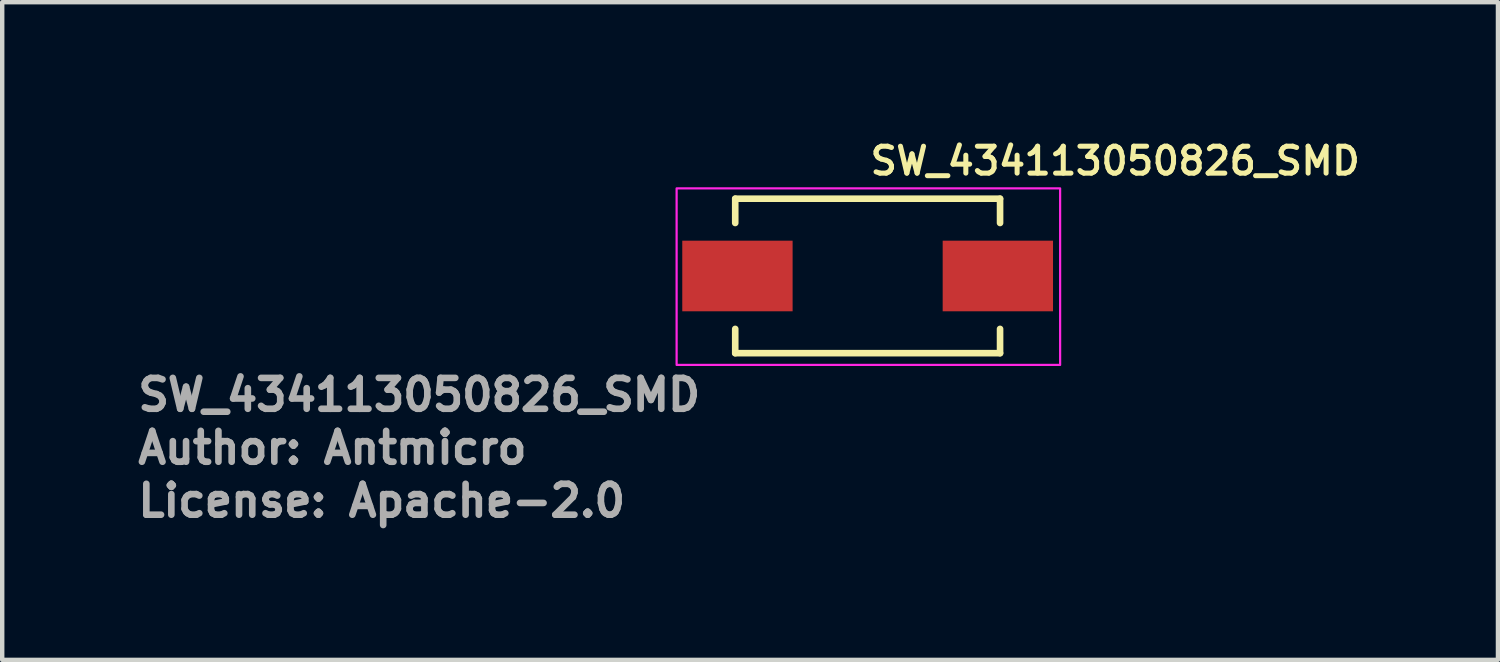
<source format=kicad_pcb>
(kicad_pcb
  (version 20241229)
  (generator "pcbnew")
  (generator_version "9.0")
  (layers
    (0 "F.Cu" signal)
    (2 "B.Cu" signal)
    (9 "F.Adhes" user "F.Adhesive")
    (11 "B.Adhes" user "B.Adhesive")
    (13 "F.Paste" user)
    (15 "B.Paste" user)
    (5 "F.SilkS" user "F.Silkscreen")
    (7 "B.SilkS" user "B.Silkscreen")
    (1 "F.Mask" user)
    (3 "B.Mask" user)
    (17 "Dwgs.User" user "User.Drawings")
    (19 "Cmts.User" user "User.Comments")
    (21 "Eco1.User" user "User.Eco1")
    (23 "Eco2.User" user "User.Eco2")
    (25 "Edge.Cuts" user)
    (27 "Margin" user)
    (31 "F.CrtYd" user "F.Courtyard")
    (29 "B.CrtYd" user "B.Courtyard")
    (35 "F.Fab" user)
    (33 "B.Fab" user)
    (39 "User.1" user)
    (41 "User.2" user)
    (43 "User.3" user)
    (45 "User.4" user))
  (footprint "SW_434113050826_SMD"
    (layer "F.Cu")
    (at 16.608 3.203)
    (property "Reference" "SW_434113050826_SMD" (at 0 -2.25 0) (unlocked yes) (layer "F.SilkS") (effects (font (size 0.61 0.61) (thickness 0.114)) (justify left bottom)))
    (attr smd)
    (fp_line (start -3 -1.751) (end -3 -1.201) (stroke (width 0.15) (type solid)) (layer "F.SilkS"))
    (fp_line (start -3 -1.751) (end 3 -1.751) (stroke (width 0.15) (type solid)) (layer "F.SilkS"))
    (fp_line (start -3 1.199) (end -3 1.749) (stroke (width 0.15) (type solid)) (layer "F.SilkS"))
    (fp_line (start -3 1.749) (end 3 1.749) (stroke (width 0.15) (type solid)) (layer "F.SilkS"))
    (fp_line (start 3 -1.751) (end 3 -1.201) (stroke (width 0.15) (type solid)) (layer "F.SilkS"))
    (fp_line (start 3 1.199) (end 3 1.749) (stroke (width 0.15) (type solid)) (layer "F.SilkS"))
    (fp_rect (start -4.328 -1.985) (end 4.361 2.015) (stroke (width 0.05) (type solid)) (fill no) (layer "F.CrtYd"))
    (fp_rect (start -3.062 -1.735) (end 2.968 1.765) (stroke (width 0.1) (type solid)) (fill no) (layer "User.5"))
    (fp_line (start -3.57 -0.485) (end -3.57 0.515) (stroke (width 0.02) (type solid)) (layer "User.9"))
    (fp_line (start -3.57 -0.485) (end -3.44 -0.485) (stroke (width 0.02) (type solid)) (layer "User.9"))
    (fp_line (start -3.57 0.515) (end -3.44 0.515) (stroke (width 0.02) (type solid)) (layer "User.9"))
    (fp_line (start -3.44 -0.485) (end -3.44 0.515) (stroke (width 0.02) (type solid)) (layer "User.9"))
    (fp_line (start -3.44 -0.485) (end -3.137 -0.485) (stroke (width 0.02) (type solid)) (layer "User.9"))
    (fp_line (start -3.44 0.515) (end -3.137 0.515) (stroke (width 0.02) (type solid)) (layer "User.9"))
    (fp_line (start -3.137 -0.485) (end -2.92 -0.485) (stroke (width 0.02) (type solid)) (layer "User.9"))
    (fp_line (start -3.137 0.515) (end -2.92 0.515) (stroke (width 0.02) (type solid)) (layer "User.9"))
    (fp_line (start -2.92 -1.235) (end -2.92 -0.785) (stroke (width 0.02) (type solid)) (layer "User.9"))
    (fp_line (start -2.92 -0.785) (end -2.92 -0.685) (stroke (width 0.02) (type solid)) (layer "User.9"))
    (fp_line (start -2.92 -0.785) (end -2.879 -0.784) (stroke (width 0.02) (type solid)) (layer "User.9"))
    (fp_line (start -2.92 0.715) (end -2.92 -0.685) (stroke (width 0.02) (type solid)) (layer "User.9"))
    (fp_line (start -2.92 0.715) (end -2.92 0.815) (stroke (width 0.02) (type solid)) (layer "User.9"))
    (fp_line (start -2.92 0.815) (end -2.92 1.265) (stroke (width 0.02) (type solid)) (layer "User.9"))
    (fp_line (start -2.92 0.815) (end -2.92 1.265) (stroke (width 0.02) (type solid)) (layer "User.9"))
    (fp_line (start -2.92 1.265) (end -2.919 1.29) (stroke (width 0.02) (type solid)) (layer "User.9"))
    (fp_line (start -2.919 -1.26) (end -2.92 -1.235) (stroke (width 0.02) (type solid)) (layer "User.9"))
    (fp_line (start -2.919 1.29) (end -2.918 1.314) (stroke (width 0.02) (type solid)) (layer "User.9"))
    (fp_line (start -2.918 -1.284) (end -2.919 -1.26) (stroke (width 0.02) (type solid)) (layer "User.9"))
    (fp_line (start -2.918 1.314) (end -2.915 1.339) (stroke (width 0.02) (type solid)) (layer "User.9"))
    (fp_line (start -2.915 -1.309) (end -2.918 -1.284) (stroke (width 0.02) (type solid)) (layer "User.9"))
    (fp_line (start -2.915 1.339) (end -2.91 1.363) (stroke (width 0.02) (type solid)) (layer "User.9"))
    (fp_line (start -2.91 -1.333) (end -2.915 -1.309) (stroke (width 0.02) (type solid)) (layer "User.9"))
    (fp_line (start -2.91 1.363) (end -2.905 1.387) (stroke (width 0.02) (type solid)) (layer "User.9"))
    (fp_line (start -2.905 -1.357) (end -2.91 -1.333) (stroke (width 0.02) (type solid)) (layer "User.9"))
    (fp_line (start -2.905 1.387) (end -2.898 1.41) (stroke (width 0.02) (type solid)) (layer "User.9"))
    (fp_line (start -2.898 -1.38) (end -2.905 -1.357) (stroke (width 0.02) (type solid)) (layer "User.9"))
    (fp_line (start -2.898 1.41) (end -2.891 1.434) (stroke (width 0.02) (type solid)) (layer "User.9"))
    (fp_line (start -2.891 -1.404) (end -2.898 -1.38) (stroke (width 0.02) (type solid)) (layer "User.9"))
    (fp_line (start -2.891 1.434) (end -2.882 1.456) (stroke (width 0.02) (type solid)) (layer "User.9"))
    (fp_line (start -2.882 -1.426) (end -2.891 -1.404) (stroke (width 0.02) (type solid)) (layer "User.9"))
    (fp_line (start -2.882 1.456) (end -2.872 1.479) (stroke (width 0.02) (type solid)) (layer "User.9"))
    (fp_line (start -2.879 -0.784) (end -2.838 -0.781) (stroke (width 0.02) (type solid)) (layer "User.9"))
    (fp_line (start -2.879 0.814) (end -2.92 0.815) (stroke (width 0.02) (type solid)) (layer "User.9"))
    (fp_line (start -2.872 -1.449) (end -2.882 -1.426) (stroke (width 0.02) (type solid)) (layer "User.9"))
    (fp_line (start -2.872 1.479) (end -2.861 1.5) (stroke (width 0.02) (type solid)) (layer "User.9"))
    (fp_line (start -2.861 -1.47) (end -2.872 -1.449) (stroke (width 0.02) (type solid)) (layer "User.9"))
    (fp_line (start -2.861 1.5) (end -2.849 1.522) (stroke (width 0.02) (type solid)) (layer "User.9"))
    (fp_line (start -2.849 -1.492) (end -2.861 -1.47) (stroke (width 0.02) (type solid)) (layer "User.9"))
    (fp_line (start -2.849 1.522) (end -2.836 1.542) (stroke (width 0.02) (type solid)) (layer "User.9"))
    (fp_line (start -2.838 -0.781) (end -2.798 -0.776) (stroke (width 0.02) (type solid)) (layer "User.9"))
    (fp_line (start -2.838 0.811) (end -2.879 0.814) (stroke (width 0.02) (type solid)) (layer "User.9"))
    (fp_line (start -2.836 -1.512) (end -2.849 -1.492) (stroke (width 0.02) (type solid)) (layer "User.9"))
    (fp_line (start -2.836 1.542) (end -2.822 1.562) (stroke (width 0.02) (type solid)) (layer "User.9"))
    (fp_line (start -2.822 -1.532) (end -2.836 -1.512) (stroke (width 0.02) (type solid)) (layer "User.9"))
    (fp_line (start -2.822 1.562) (end -2.807 1.582) (stroke (width 0.02) (type solid)) (layer "User.9"))
    (fp_line (start -2.807 -1.552) (end -2.822 -1.532) (stroke (width 0.02) (type solid)) (layer "User.9"))
    (fp_line (start -2.807 1.582) (end -2.791 1.601) (stroke (width 0.02) (type solid)) (layer "User.9"))
    (fp_line (start -2.798 -0.776) (end -2.759 -0.769) (stroke (width 0.02) (type solid)) (layer "User.9"))
    (fp_line (start -2.798 0.806) (end -2.838 0.811) (stroke (width 0.02) (type solid)) (layer "User.9"))
    (fp_line (start -2.791 -1.571) (end -2.807 -1.552) (stroke (width 0.02) (type solid)) (layer "User.9"))
    (fp_line (start -2.791 1.601) (end -2.774 1.619) (stroke (width 0.02) (type solid)) (layer "User.9"))
    (fp_line (start -2.774 -1.589) (end -2.791 -1.571) (stroke (width 0.02) (type solid)) (layer "User.9"))
    (fp_line (start -2.774 -1.589) (end -2.774 -1.589) (stroke (width 0.02) (type solid)) (layer "User.9"))
    (fp_line (start -2.774 1.619) (end -2.774 1.619) (stroke (width 0.02) (type solid)) (layer "User.9"))
    (fp_line (start -2.774 1.619) (end -2.756 1.636) (stroke (width 0.02) (type solid)) (layer "User.9"))
    (fp_line (start -2.759 -0.769) (end -2.72 -0.76) (stroke (width 0.02) (type solid)) (layer "User.9"))
    (fp_line (start -2.759 0.799) (end -2.798 0.806) (stroke (width 0.02) (type solid)) (layer "User.9"))
    (fp_line (start -2.756 -1.606) (end -2.774 -1.589) (stroke (width 0.02) (type solid)) (layer "User.9"))
    (fp_line (start -2.756 1.636) (end -2.737 1.652) (stroke (width 0.02) (type solid)) (layer "User.9"))
    (fp_line (start -2.737 -1.622) (end -2.756 -1.606) (stroke (width 0.02) (type solid)) (layer "User.9"))
    (fp_line (start -2.737 1.652) (end -2.717 1.667) (stroke (width 0.02) (type solid)) (layer "User.9"))
    (fp_line (start -2.72 -0.76) (end -2.682 -0.749) (stroke (width 0.02) (type solid)) (layer "User.9"))
    (fp_line (start -2.72 0.79) (end -2.759 0.799) (stroke (width 0.02) (type solid)) (layer "User.9"))
    (fp_line (start -2.717 -1.637) (end -2.737 -1.622) (stroke (width 0.02) (type solid)) (layer "User.9"))
    (fp_line (start -2.717 1.667) (end -2.697 1.681) (stroke (width 0.02) (type solid)) (layer "User.9"))
    (fp_line (start -2.697 -1.651) (end -2.717 -1.637) (stroke (width 0.02) (type solid)) (layer "User.9"))
    (fp_line (start -2.697 1.681) (end -2.677 1.694) (stroke (width 0.02) (type solid)) (layer "User.9"))
    (fp_line (start -2.682 -0.749) (end -2.645 -0.736) (stroke (width 0.02) (type solid)) (layer "User.9"))
    (fp_line (start -2.682 0.779) (end -2.72 0.79) (stroke (width 0.02) (type solid)) (layer "User.9"))
    (fp_line (start -2.677 -1.664) (end -2.697 -1.651) (stroke (width 0.02) (type solid)) (layer "User.9"))
    (fp_line (start -2.677 1.694) (end -2.655 1.706) (stroke (width 0.02) (type solid)) (layer "User.9"))
    (fp_line (start -2.655 -1.676) (end -2.677 -1.664) (stroke (width 0.02) (type solid)) (layer "User.9"))
    (fp_line (start -2.655 1.706) (end -2.634 1.717) (stroke (width 0.02) (type solid)) (layer "User.9"))
    (fp_line (start -2.645 -0.736) (end -2.609 -0.722) (stroke (width 0.02) (type solid)) (layer "User.9"))
    (fp_line (start -2.645 0.766) (end -2.682 0.779) (stroke (width 0.02) (type solid)) (layer "User.9"))
    (fp_line (start -2.634 -1.687) (end -2.655 -1.676) (stroke (width 0.02) (type solid)) (layer "User.9"))
    (fp_line (start -2.634 1.717) (end -2.611 1.727) (stroke (width 0.02) (type solid)) (layer "User.9"))
    (fp_line (start -2.611 -1.697) (end -2.634 -1.687) (stroke (width 0.02) (type solid)) (layer "User.9"))
    (fp_line (start -2.611 1.727) (end -2.589 1.736) (stroke (width 0.02) (type solid)) (layer "User.9"))
    (fp_line (start -2.609 -0.722) (end -2.573 -0.706) (stroke (width 0.02) (type solid)) (layer "User.9"))
    (fp_line (start -2.609 0.752) (end -2.645 0.766) (stroke (width 0.02) (type solid)) (layer "User.9"))
    (fp_line (start -2.589 -1.706) (end -2.611 -1.697) (stroke (width 0.02) (type solid)) (layer "User.9"))
    (fp_line (start -2.589 1.736) (end -2.565 1.743) (stroke (width 0.02) (type solid)) (layer "User.9"))
    (fp_line (start -2.573 -0.706) (end -2.539 -0.688) (stroke (width 0.02) (type solid)) (layer "User.9"))
    (fp_line (start -2.573 0.736) (end -2.609 0.752) (stroke (width 0.02) (type solid)) (layer "User.9"))
    (fp_line (start -2.565 -1.713) (end -2.589 -1.706) (stroke (width 0.02) (type solid)) (layer "User.9"))
    (fp_line (start -2.565 1.743) (end -2.542 1.75) (stroke (width 0.02) (type solid)) (layer "User.9"))
    (fp_line (start -2.542 -1.72) (end -2.565 -1.713) (stroke (width 0.02) (type solid)) (layer "User.9"))
    (fp_line (start -2.542 1.75) (end -2.518 1.755) (stroke (width 0.02) (type solid)) (layer "User.9"))
    (fp_line (start -2.539 -0.688) (end -2.505 -0.669) (stroke (width 0.02) (type solid)) (layer "User.9"))
    (fp_line (start -2.539 0.718) (end -2.573 0.736) (stroke (width 0.02) (type solid)) (layer "User.9"))
    (fp_line (start -2.518 -1.725) (end -2.542 -1.72) (stroke (width 0.02) (type solid)) (layer "User.9"))
    (fp_line (start -2.518 1.755) (end -2.494 1.76) (stroke (width 0.02) (type solid)) (layer "User.9"))
    (fp_line (start -2.505 -0.669) (end -2.473 -0.648) (stroke (width 0.02) (type solid)) (layer "User.9"))
    (fp_line (start -2.505 0.699) (end -2.539 0.718) (stroke (width 0.02) (type solid)) (layer "User.9"))
    (fp_line (start -2.494 -1.73) (end -2.518 -1.725) (stroke (width 0.02) (type solid)) (layer "User.9"))
    (fp_line (start -2.494 1.76) (end -2.469 1.763) (stroke (width 0.02) (type solid)) (layer "User.9"))
    (fp_line (start -2.473 -0.648) (end -2.441 -0.626) (stroke (width 0.02) (type solid)) (layer "User.9"))
    (fp_line (start -2.473 0.678) (end -2.505 0.699) (stroke (width 0.02) (type solid)) (layer "User.9"))
    (fp_line (start -2.469 -1.733) (end -2.494 -1.73) (stroke (width 0.02) (type solid)) (layer "User.9"))
    (fp_line (start -2.469 1.763) (end -2.445 1.764) (stroke (width 0.02) (type solid)) (layer "User.9"))
    (fp_line (start -2.445 -1.734) (end -2.469 -1.733) (stroke (width 0.02) (type solid)) (layer "User.9"))
    (fp_line (start -2.445 1.764) (end -2.42 1.765) (stroke (width 0.02) (type solid)) (layer "User.9"))
    (fp_line (start -2.442 0.656) (end -2.473 0.678) (stroke (width 0.02) (type solid)) (layer "User.9"))
    (fp_line (start -2.441 -0.626) (end -2.411 -0.602) (stroke (width 0.02) (type solid)) (layer "User.9"))
    (fp_line (start -2.42 -1.735) (end -2.445 -1.734) (stroke (width 0.02) (type solid)) (layer "User.9"))
    (fp_line (start -2.42 1.765) (end 2.58 1.765) (stroke (width 0.02) (type solid)) (layer "User.9"))
    (fp_line (start -2.42 1.765) (end 2.58 1.765) (stroke (width 0.02) (type solid)) (layer "User.9"))
    (fp_line (start -2.411 -0.602) (end -2.382 -0.577) (stroke (width 0.02) (type solid)) (layer "User.9"))
    (fp_line (start -2.411 0.632) (end -2.442 0.656) (stroke (width 0.02) (type solid)) (layer "User.9"))
    (fp_line (start -2.382 -0.577) (end -2.355 -0.551) (stroke (width 0.02) (type solid)) (layer "User.9"))
    (fp_line (start -2.382 0.607) (end -2.411 0.632) (stroke (width 0.02) (type solid)) (layer "User.9"))
    (fp_line (start -2.355 -0.551) (end -2.328 -0.523) (stroke (width 0.02) (type solid)) (layer "User.9"))
    (fp_line (start -2.355 0.581) (end -2.382 0.607) (stroke (width 0.02) (type solid)) (layer "User.9"))
    (fp_line (start -2.328 -0.523) (end -2.303 -0.494) (stroke (width 0.02) (type solid)) (layer "User.9"))
    (fp_line (start -2.328 0.553) (end -2.355 0.581) (stroke (width 0.02) (type solid)) (layer "User.9"))
    (fp_line (start -2.303 -0.494) (end -2.279 -0.464) (stroke (width 0.02) (type solid)) (layer "User.9"))
    (fp_line (start -2.303 0.524) (end -2.328 0.553) (stroke (width 0.02) (type solid)) (layer "User.9"))
    (fp_line (start -2.279 -0.464) (end -2.257 -0.432) (stroke (width 0.02) (type solid)) (layer "User.9"))
    (fp_line (start -2.279 0.494) (end -2.303 0.524) (stroke (width 0.02) (type solid)) (layer "User.9"))
    (fp_line (start -2.257 -0.432) (end -2.236 -0.4) (stroke (width 0.02) (type solid)) (layer "User.9"))
    (fp_line (start -2.257 0.462) (end -2.279 0.494) (stroke (width 0.02) (type solid)) (layer "User.9"))
    (fp_line (start -2.236 -0.4) (end -2.217 -0.366) (stroke (width 0.02) (type solid)) (layer "User.9"))
    (fp_line (start -2.236 0.43) (end -2.257 0.462) (stroke (width 0.02) (type solid)) (layer "User.9"))
    (fp_line (start -2.217 -0.366) (end -2.199 -0.332) (stroke (width 0.02) (type solid)) (layer "User.9"))
    (fp_line (start -2.217 0.396) (end -2.236 0.43) (stroke (width 0.02) (type solid)) (layer "User.9"))
    (fp_line (start -2.199 -0.332) (end -2.183 -0.296) (stroke (width 0.02) (type solid)) (layer "User.9"))
    (fp_line (start -2.199 0.362) (end -2.217 0.396) (stroke (width 0.02) (type solid)) (layer "User.9"))
    (fp_line (start -2.183 -0.296) (end -2.169 -0.26) (stroke (width 0.02) (type solid)) (layer "User.9"))
    (fp_line (start -2.183 0.326) (end -2.199 0.362) (stroke (width 0.02) (type solid)) (layer "User.9"))
    (fp_line (start -2.169 -0.26) (end -2.156 -0.223) (stroke (width 0.02) (type solid)) (layer "User.9"))
    (fp_line (start -2.169 0.29) (end -2.183 0.326) (stroke (width 0.02) (type solid)) (layer "User.9"))
    (fp_line (start -2.156 -0.223) (end -2.145 -0.185) (stroke (width 0.02) (type solid)) (layer "User.9"))
    (fp_line (start -2.156 0.253) (end -2.169 0.29) (stroke (width 0.02) (type solid)) (layer "User.9"))
    (fp_line (start -2.145 -0.185) (end -2.137 -0.146) (stroke (width 0.02) (type solid)) (layer "User.9"))
    (fp_line (start -2.145 0.215) (end -2.156 0.253) (stroke (width 0.02) (type solid)) (layer "User.9"))
    (fp_line (start -2.137 -0.146) (end -2.13 -0.107) (stroke (width 0.02) (type solid)) (layer "User.9"))
    (fp_line (start -2.137 0.176) (end -2.145 0.215) (stroke (width 0.02) (type solid)) (layer "User.9"))
    (fp_line (start -2.13 -0.107) (end -2.124 -0.067) (stroke (width 0.02) (type solid)) (layer "User.9"))
    (fp_line (start -2.13 0.137) (end -2.137 0.176) (stroke (width 0.02) (type solid)) (layer "User.9"))
    (fp_line (start -2.124 -0.067) (end -2.121 -0.026) (stroke (width 0.02) (type solid)) (layer "User.9"))
    (fp_line (start -2.124 0.097) (end -2.13 0.137) (stroke (width 0.02) (type solid)) (layer "User.9"))
    (fp_line (start -2.121 -0.026) (end -2.12 0.015) (stroke (width 0.02) (type solid)) (layer "User.9"))
    (fp_line (start -2.121 0.056) (end -2.124 0.097) (stroke (width 0.02) (type solid)) (layer "User.9"))
    (fp_line (start -2.12 0.015) (end -2.121 0.056) (stroke (width 0.02) (type solid)) (layer "User.9"))
    (fp_line (start -2.12 0.015) (end -2.12 0.015) (stroke (width 0.02) (type solid)) (layer "User.9"))
    (fp_line (start -1.52 -0.502) (end -1.52 -0.485) (stroke (width 0.02) (type solid)) (layer "User.9"))
    (fp_line (start -1.52 -0.485) (end -1.52 0.515) (stroke (width 0.02) (type solid)) (layer "User.9"))
    (fp_line (start -1.52 0.515) (end -1.52 0.532) (stroke (width 0.02) (type solid)) (layer "User.9"))
    (fp_line (start -1.52 0.532) (end -1.518 0.55) (stroke (width 0.02) (type solid)) (layer "User.9"))
    (fp_line (start -1.518 -0.52) (end -1.52 -0.502) (stroke (width 0.02) (type solid)) (layer "User.9"))
    (fp_line (start -1.518 0.55) (end -1.516 0.567) (stroke (width 0.02) (type solid)) (layer "User.9"))
    (fp_line (start -1.516 -0.537) (end -1.518 -0.52) (stroke (width 0.02) (type solid)) (layer "User.9"))
    (fp_line (start -1.516 0.567) (end -1.513 0.584) (stroke (width 0.02) (type solid)) (layer "User.9"))
    (fp_line (start -1.513 -0.554) (end -1.516 -0.537) (stroke (width 0.02) (type solid)) (layer "User.9"))
    (fp_line (start -1.513 0.584) (end -1.509 0.6) (stroke (width 0.02) (type solid)) (layer "User.9"))
    (fp_line (start -1.509 -0.57) (end -1.513 -0.554) (stroke (width 0.02) (type solid)) (layer "User.9"))
    (fp_line (start -1.509 0.6) (end -1.505 0.617) (stroke (width 0.02) (type solid)) (layer "User.9"))
    (fp_line (start -1.505 -0.587) (end -1.509 -0.57) (stroke (width 0.02) (type solid)) (layer "User.9"))
    (fp_line (start -1.505 0.617) (end -1.5 0.633) (stroke (width 0.02) (type solid)) (layer "User.9"))
    (fp_line (start -1.5 -0.603) (end -1.505 -0.587) (stroke (width 0.02) (type solid)) (layer "User.9"))
    (fp_line (start -1.5 0.633) (end -1.493 0.649) (stroke (width 0.02) (type solid)) (layer "User.9"))
    (fp_line (start -1.493 -0.619) (end -1.5 -0.603) (stroke (width 0.02) (type solid)) (layer "User.9"))
    (fp_line (start -1.493 0.649) (end -1.486 0.665) (stroke (width 0.02) (type solid)) (layer "User.9"))
    (fp_line (start -1.486 -0.635) (end -1.493 -0.619) (stroke (width 0.02) (type solid)) (layer "User.9"))
    (fp_line (start -1.486 0.665) (end -1.479 0.68) (stroke (width 0.02) (type solid)) (layer "User.9"))
    (fp_line (start -1.479 -0.65) (end -1.486 -0.635) (stroke (width 0.02) (type solid)) (layer "User.9"))
    (fp_line (start -1.479 0.68) (end -1.47 0.695) (stroke (width 0.02) (type solid)) (layer "User.9"))
    (fp_line (start -1.47 -0.665) (end -1.479 -0.65) (stroke (width 0.02) (type solid)) (layer "User.9"))
    (fp_line (start -1.47 0.695) (end -1.461 0.709) (stroke (width 0.02) (type solid)) (layer "User.9"))
    (fp_line (start -1.461 -0.679) (end -1.47 -0.665) (stroke (width 0.02) (type solid)) (layer "User.9"))
    (fp_line (start -1.461 0.709) (end -1.451 0.723) (stroke (width 0.02) (type solid)) (layer "User.9"))
    (fp_line (start -1.451 -0.693) (end -1.461 -0.679) (stroke (width 0.02) (type solid)) (layer "User.9"))
    (fp_line (start -1.451 0.723) (end -1.441 0.737) (stroke (width 0.02) (type solid)) (layer "User.9"))
    (fp_line (start -1.441 -0.707) (end -1.451 -0.693) (stroke (width 0.02) (type solid)) (layer "User.9"))
    (fp_line (start -1.441 0.737) (end -1.429 0.75) (stroke (width 0.02) (type solid)) (layer "User.9"))
    (fp_line (start -1.429 -0.72) (end -1.441 -0.707) (stroke (width 0.02) (type solid)) (layer "User.9"))
    (fp_line (start -1.429 0.75) (end -1.417 0.762) (stroke (width 0.02) (type solid)) (layer "User.9"))
    (fp_line (start -1.42 -0.497) (end -1.42 -0.485) (stroke (width 0.02) (type solid)) (layer "User.9"))
    (fp_line (start -1.42 -0.485) (end -1.42 0.515) (stroke (width 0.02) (type solid)) (layer "User.9"))
    (fp_line (start -1.42 0.515) (end -1.42 0.527) (stroke (width 0.02) (type solid)) (layer "User.9"))
    (fp_line (start -1.42 0.527) (end -1.419 0.54) (stroke (width 0.02) (type solid)) (layer "User.9"))
    (fp_line (start -1.419 -0.51) (end -1.42 -0.497) (stroke (width 0.02) (type solid)) (layer "User.9"))
    (fp_line (start -1.419 0.54) (end -1.417 0.552) (stroke (width 0.02) (type solid)) (layer "User.9"))
    (fp_line (start -1.417 -0.732) (end -1.429 -0.72) (stroke (width 0.02) (type solid)) (layer "User.9"))
    (fp_line (start -1.417 -0.732) (end -1.417 -0.732) (stroke (width 0.02) (type solid)) (layer "User.9"))
    (fp_line (start -1.417 -0.522) (end -1.419 -0.51) (stroke (width 0.02) (type solid)) (layer "User.9"))
    (fp_line (start -1.417 0.552) (end -1.415 0.564) (stroke (width 0.02) (type solid)) (layer "User.9"))
    (fp_line (start -1.417 0.762) (end -1.417 0.762) (stroke (width 0.02) (type solid)) (layer "User.9"))
    (fp_line (start -1.417 0.762) (end -1.405 0.774) (stroke (width 0.02) (type solid)) (layer "User.9"))
    (fp_line (start -1.415 -0.534) (end -1.417 -0.522) (stroke (width 0.02) (type solid)) (layer "User.9"))
    (fp_line (start -1.415 0.564) (end -1.412 0.576) (stroke (width 0.02) (type solid)) (layer "User.9"))
    (fp_line (start -1.412 -0.546) (end -1.415 -0.534) (stroke (width 0.02) (type solid)) (layer "User.9"))
    (fp_line (start -1.412 0.576) (end -1.409 0.588) (stroke (width 0.02) (type solid)) (layer "User.9"))
    (fp_line (start -1.409 -0.558) (end -1.412 -0.546) (stroke (width 0.02) (type solid)) (layer "User.9"))
    (fp_line (start -1.409 0.588) (end -1.405 0.599) (stroke (width 0.02) (type solid)) (layer "User.9"))
    (fp_line (start -1.405 -0.744) (end -1.417 -0.732) (stroke (width 0.02) (type solid)) (layer "User.9"))
    (fp_line (start -1.405 -0.569) (end -1.409 -0.558) (stroke (width 0.02) (type solid)) (layer "User.9"))
    (fp_line (start -1.405 0.599) (end -1.401 0.611) (stroke (width 0.02) (type solid)) (layer "User.9"))
    (fp_line (start -1.405 0.774) (end -1.392 0.786) (stroke (width 0.02) (type solid)) (layer "User.9"))
    (fp_line (start -1.401 -0.581) (end -1.405 -0.569) (stroke (width 0.02) (type solid)) (layer "User.9"))
    (fp_line (start -1.401 0.611) (end -1.396 0.622) (stroke (width 0.02) (type solid)) (layer "User.9"))
    (fp_line (start -1.396 -0.592) (end -1.401 -0.581) (stroke (width 0.02) (type solid)) (layer "User.9"))
    (fp_line (start -1.396 0.622) (end -1.391 0.633) (stroke (width 0.02) (type solid)) (layer "User.9"))
    (fp_line (start -1.392 -0.756) (end -1.405 -0.744) (stroke (width 0.02) (type solid)) (layer "User.9"))
    (fp_line (start -1.392 0.786) (end -1.378 0.796) (stroke (width 0.02) (type solid)) (layer "User.9"))
    (fp_line (start -1.391 -0.603) (end -1.396 -0.592) (stroke (width 0.02) (type solid)) (layer "User.9"))
    (fp_line (start -1.391 0.633) (end -1.385 0.643) (stroke (width 0.02) (type solid)) (layer "User.9"))
    (fp_line (start -1.385 -0.613) (end -1.391 -0.603) (stroke (width 0.02) (type solid)) (layer "User.9"))
    (fp_line (start -1.385 0.643) (end -1.378 0.654) (stroke (width 0.02) (type solid)) (layer "User.9"))
    (fp_line (start -1.378 -0.766) (end -1.392 -0.756) (stroke (width 0.02) (type solid)) (layer "User.9"))
    (fp_line (start -1.378 -0.624) (end -1.385 -0.613) (stroke (width 0.02) (type solid)) (layer "User.9"))
    (fp_line (start -1.378 0.654) (end -1.371 0.664) (stroke (width 0.02) (type solid)) (layer "User.9"))
    (fp_line (start -1.378 0.796) (end -1.364 0.806) (stroke (width 0.02) (type solid)) (layer "User.9"))
    (fp_line (start -1.371 -0.634) (end -1.378 -0.624) (stroke (width 0.02) (type solid)) (layer "User.9"))
    (fp_line (start -1.371 0.664) (end -1.363 0.673) (stroke (width 0.02) (type solid)) (layer "User.9"))
    (fp_line (start -1.364 -0.776) (end -1.378 -0.766) (stroke (width 0.02) (type solid)) (layer "User.9"))
    (fp_line (start -1.364 0.806) (end -1.35 0.815) (stroke (width 0.02) (type solid)) (layer "User.9"))
    (fp_line (start -1.363 -0.643) (end -1.371 -0.634) (stroke (width 0.02) (type solid)) (layer "User.9"))
    (fp_line (start -1.363 0.673) (end -1.355 0.683) (stroke (width 0.02) (type solid)) (layer "User.9"))
    (fp_line (start -1.355 -0.653) (end -1.363 -0.643) (stroke (width 0.02) (type solid)) (layer "User.9"))
    (fp_line (start -1.355 0.683) (end -1.347 0.692) (stroke (width 0.02) (type solid)) (layer "User.9"))
    (fp_line (start -1.35 -0.785) (end -1.364 -0.776) (stroke (width 0.02) (type solid)) (layer "User.9"))
    (fp_line (start -1.35 0.815) (end -1.335 0.824) (stroke (width 0.02) (type solid)) (layer "User.9"))
    (fp_line (start -1.347 -0.662) (end -1.355 -0.653) (stroke (width 0.02) (type solid)) (layer "User.9"))
    (fp_line (start -1.347 -0.662) (end -1.347 -0.662) (stroke (width 0.02) (type solid)) (layer "User.9"))
    (fp_line (start -1.347 0.692) (end -1.347 0.692) (stroke (width 0.02) (type solid)) (layer "User.9"))
    (fp_line (start -1.347 0.692) (end -1.338 0.7) (stroke (width 0.02) (type solid)) (layer "User.9"))
    (fp_line (start -1.338 -0.67) (end -1.347 -0.662) (stroke (width 0.02) (type solid)) (layer "User.9"))
    (fp_line (start -1.338 0.7) (end -1.328 0.708) (stroke (width 0.02) (type solid)) (layer "User.9"))
    (fp_line (start -1.335 -0.794) (end -1.35 -0.785) (stroke (width 0.02) (type solid)) (layer "User.9"))
    (fp_line (start -1.335 0.824) (end -1.32 0.831) (stroke (width 0.02) (type solid)) (layer "User.9"))
    (fp_line (start -1.328 -0.678) (end -1.338 -0.67) (stroke (width 0.02) (type solid)) (layer "User.9"))
    (fp_line (start -1.328 0.708) (end -1.319 0.716) (stroke (width 0.02) (type solid)) (layer "User.9"))
    (fp_line (start -1.32 -0.801) (end -1.335 -0.794) (stroke (width 0.02) (type solid)) (layer "User.9"))
    (fp_line (start -1.32 0.831) (end -1.304 0.838) (stroke (width 0.02) (type solid)) (layer "User.9"))
    (fp_line (start -1.319 -0.686) (end -1.328 -0.678) (stroke (width 0.02) (type solid)) (layer "User.9"))
    (fp_line (start -1.319 0.716) (end -1.309 0.723) (stroke (width 0.02) (type solid)) (layer "User.9"))
    (fp_line (start -1.309 -0.693) (end -1.319 -0.686) (stroke (width 0.02) (type solid)) (layer "User.9"))
    (fp_line (start -1.309 0.723) (end -1.298 0.73) (stroke (width 0.02) (type solid)) (layer "User.9"))
    (fp_line (start -1.304 -0.808) (end -1.32 -0.801) (stroke (width 0.02) (type solid)) (layer "User.9"))
    (fp_line (start -1.304 0.838) (end -1.288 0.845) (stroke (width 0.02) (type solid)) (layer "User.9"))
    (fp_line (start -1.298 -0.7) (end -1.309 -0.693) (stroke (width 0.02) (type solid)) (layer "User.9"))
    (fp_line (start -1.298 0.73) (end -1.288 0.736) (stroke (width 0.02) (type solid)) (layer "User.9"))
    (fp_line (start -1.288 -0.815) (end -1.304 -0.808) (stroke (width 0.02) (type solid)) (layer "User.9"))
    (fp_line (start -1.288 -0.706) (end -1.298 -0.7) (stroke (width 0.02) (type solid)) (layer "User.9"))
    (fp_line (start -1.288 0.736) (end -1.277 0.741) (stroke (width 0.02) (type solid)) (layer "User.9"))
    (fp_line (start -1.288 0.845) (end -1.272 0.85) (stroke (width 0.02) (type solid)) (layer "User.9"))
    (fp_line (start -1.277 -0.711) (end -1.288 -0.706) (stroke (width 0.02) (type solid)) (layer "User.9"))
    (fp_line (start -1.277 0.741) (end -1.266 0.746) (stroke (width 0.02) (type solid)) (layer "User.9"))
    (fp_line (start -1.272 -0.82) (end -1.288 -0.815) (stroke (width 0.02) (type solid)) (layer "User.9"))
    (fp_line (start -1.272 0.85) (end -1.255 0.854) (stroke (width 0.02) (type solid)) (layer "User.9"))
    (fp_line (start -1.266 -0.716) (end -1.277 -0.711) (stroke (width 0.02) (type solid)) (layer "User.9"))
    (fp_line (start -1.266 0.746) (end -1.254 0.75) (stroke (width 0.02) (type solid)) (layer "User.9"))
    (fp_line (start -1.255 -0.824) (end -1.272 -0.82) (stroke (width 0.02) (type solid)) (layer "User.9"))
    (fp_line (start -1.255 0.854) (end -1.239 0.858) (stroke (width 0.02) (type solid)) (layer "User.9"))
    (fp_line (start -1.254 -0.72) (end -1.266 -0.716) (stroke (width 0.02) (type solid)) (layer "User.9"))
    (fp_line (start -1.254 0.75) (end -1.243 0.754) (stroke (width 0.02) (type solid)) (layer "User.9"))
    (fp_line (start -1.243 -0.724) (end -1.254 -0.72) (stroke (width 0.02) (type solid)) (layer "User.9"))
    (fp_line (start -1.243 0.754) (end -1.231 0.757) (stroke (width 0.02) (type solid)) (layer "User.9"))
    (fp_line (start -1.239 -0.828) (end -1.255 -0.824) (stroke (width 0.02) (type solid)) (layer "User.9"))
    (fp_line (start -1.239 0.858) (end -1.222 0.861) (stroke (width 0.02) (type solid)) (layer "User.9"))
    (fp_line (start -1.231 -0.727) (end -1.243 -0.724) (stroke (width 0.02) (type solid)) (layer "User.9"))
    (fp_line (start -1.231 0.757) (end -1.219 0.76) (stroke (width 0.02) (type solid)) (layer "User.9"))
    (fp_line (start -1.222 -0.831) (end -1.239 -0.828) (stroke (width 0.02) (type solid)) (layer "User.9"))
    (fp_line (start -1.222 0.861) (end -1.205 0.863) (stroke (width 0.02) (type solid)) (layer "User.9"))
    (fp_line (start -1.219 -0.73) (end -1.231 -0.727) (stroke (width 0.02) (type solid)) (layer "User.9"))
    (fp_line (start -1.219 0.76) (end -1.207 0.762) (stroke (width 0.02) (type solid)) (layer "User.9"))
    (fp_line (start -1.207 -0.732) (end -1.219 -0.73) (stroke (width 0.02) (type solid)) (layer "User.9"))
    (fp_line (start -1.207 0.762) (end -1.195 0.764) (stroke (width 0.02) (type solid)) (layer "User.9"))
    (fp_line (start -1.205 -0.833) (end -1.222 -0.831) (stroke (width 0.02) (type solid)) (layer "User.9"))
    (fp_line (start -1.205 0.863) (end -1.187 0.865) (stroke (width 0.02) (type solid)) (layer "User.9"))
    (fp_line (start -1.195 -0.734) (end -1.207 -0.732) (stroke (width 0.02) (type solid)) (layer "User.9"))
    (fp_line (start -1.195 0.764) (end -1.182 0.765) (stroke (width 0.02) (type solid)) (layer "User.9"))
    (fp_line (start -1.187 -0.835) (end -1.205 -0.833) (stroke (width 0.02) (type solid)) (layer "User.9"))
    (fp_line (start -1.187 0.865) (end -1.17 0.865) (stroke (width 0.02) (type solid)) (layer "User.9"))
    (fp_line (start -1.182 -0.735) (end -1.195 -0.734) (stroke (width 0.02) (type solid)) (layer "User.9"))
    (fp_line (start -1.182 0.765) (end -1.17 0.765) (stroke (width 0.02) (type solid)) (layer "User.9"))
    (fp_line (start -1.17 -0.835) (end -1.187 -0.835) (stroke (width 0.02) (type solid)) (layer "User.9"))
    (fp_line (start -1.17 -0.735) (end -1.182 -0.735) (stroke (width 0.02) (type solid)) (layer "User.9"))
    (fp_line (start -1.17 0.765) (end 1.33 0.765) (stroke (width 0.02) (type solid)) (layer "User.9"))
    (fp_line (start -1.17 0.865) (end 1.33 0.865) (stroke (width 0.02) (type solid)) (layer "User.9"))
    (fp_line (start 1.33 -0.835) (end -1.17 -0.835) (stroke (width 0.02) (type solid)) (layer "User.9"))
    (fp_line (start 1.33 -0.735) (end -1.17 -0.735) (stroke (width 0.02) (type solid)) (layer "User.9"))
    (fp_line (start 1.33 0.765) (end 1.342 0.765) (stroke (width 0.02) (type solid)) (layer "User.9"))
    (fp_line (start 1.33 0.865) (end 1.347 0.865) (stroke (width 0.02) (type solid)) (layer "User.9"))
    (fp_line (start 1.342 -0.735) (end 1.33 -0.735) (stroke (width 0.02) (type solid)) (layer "User.9"))
    (fp_line (start 1.342 0.765) (end 1.355 0.764) (stroke (width 0.02) (type solid)) (layer "User.9"))
    (fp_line (start 1.347 0.865) (end 1.365 0.863) (stroke (width 0.02) (type solid)) (layer "User.9"))
    (fp_line (start 1.348 -0.835) (end 1.33 -0.835) (stroke (width 0.02) (type solid)) (layer "User.9"))
    (fp_line (start 1.355 -0.734) (end 1.342 -0.735) (stroke (width 0.02) (type solid)) (layer "User.9"))
    (fp_line (start 1.355 0.764) (end 1.367 0.762) (stroke (width 0.02) (type solid)) (layer "User.9"))
    (fp_line (start 1.365 0.863) (end 1.382 0.861) (stroke (width 0.02) (type solid)) (layer "User.9"))
    (fp_line (start 1.366 -0.833) (end 1.348 -0.835) (stroke (width 0.02) (type solid)) (layer "User.9"))
    (fp_line (start 1.367 -0.732) (end 1.355 -0.734) (stroke (width 0.02) (type solid)) (layer "User.9"))
    (fp_line (start 1.367 0.762) (end 1.379 0.76) (stroke (width 0.02) (type solid)) (layer "User.9"))
    (fp_line (start 1.379 -0.73) (end 1.367 -0.732) (stroke (width 0.02) (type solid)) (layer "User.9"))
    (fp_line (start 1.379 0.76) (end 1.391 0.757) (stroke (width 0.02) (type solid)) (layer "User.9"))
    (fp_line (start 1.382 0.861) (end 1.399 0.858) (stroke (width 0.02) (type solid)) (layer "User.9"))
    (fp_line (start 1.383 -0.831) (end 1.366 -0.833) (stroke (width 0.02) (type solid)) (layer "User.9"))
    (fp_line (start 1.391 -0.727) (end 1.379 -0.73) (stroke (width 0.02) (type solid)) (layer "User.9"))
    (fp_line (start 1.391 0.757) (end 1.403 0.754) (stroke (width 0.02) (type solid)) (layer "User.9"))
    (fp_line (start 1.399 0.858) (end 1.415 0.854) (stroke (width 0.02) (type solid)) (layer "User.9"))
    (fp_line (start 1.401 -0.828) (end 1.383 -0.831) (stroke (width 0.02) (type solid)) (layer "User.9"))
    (fp_line (start 1.403 -0.724) (end 1.391 -0.727) (stroke (width 0.02) (type solid)) (layer "User.9"))
    (fp_line (start 1.403 0.754) (end 1.414 0.75) (stroke (width 0.02) (type solid)) (layer "User.9"))
    (fp_line (start 1.414 -0.72) (end 1.403 -0.724) (stroke (width 0.02) (type solid)) (layer "User.9"))
    (fp_line (start 1.414 0.75) (end 1.426 0.746) (stroke (width 0.02) (type solid)) (layer "User.9"))
    (fp_line (start 1.415 0.854) (end 1.432 0.85) (stroke (width 0.02) (type solid)) (layer "User.9"))
    (fp_line (start 1.417 -0.824) (end 1.401 -0.828) (stroke (width 0.02) (type solid)) (layer "User.9"))
    (fp_line (start 1.426 -0.716) (end 1.414 -0.72) (stroke (width 0.02) (type solid)) (layer "User.9"))
    (fp_line (start 1.426 0.746) (end 1.437 0.741) (stroke (width 0.02) (type solid)) (layer "User.9"))
    (fp_line (start 1.432 0.85) (end 1.448 0.845) (stroke (width 0.02) (type solid)) (layer "User.9"))
    (fp_line (start 1.434 -0.819) (end 1.417 -0.824) (stroke (width 0.02) (type solid)) (layer "User.9"))
    (fp_line (start 1.437 -0.711) (end 1.426 -0.716) (stroke (width 0.02) (type solid)) (layer "User.9"))
    (fp_line (start 1.437 0.741) (end 1.448 0.736) (stroke (width 0.02) (type solid)) (layer "User.9"))
    (fp_line (start 1.448 -0.706) (end 1.437 -0.711) (stroke (width 0.02) (type solid)) (layer "User.9"))
    (fp_line (start 1.448 0.736) (end 1.458 0.73) (stroke (width 0.02) (type solid)) (layer "User.9"))
    (fp_line (start 1.448 0.845) (end 1.464 0.838) (stroke (width 0.02) (type solid)) (layer "User.9"))
    (fp_line (start 1.45 -0.814) (end 1.434 -0.819) (stroke (width 0.02) (type solid)) (layer "User.9"))
    (fp_line (start 1.458 -0.7) (end 1.448 -0.706) (stroke (width 0.02) (type solid)) (layer "User.9"))
    (fp_line (start 1.458 0.73) (end 1.469 0.723) (stroke (width 0.02) (type solid)) (layer "User.9"))
    (fp_line (start 1.464 0.838) (end 1.48 0.831) (stroke (width 0.02) (type solid)) (layer "User.9"))
    (fp_line (start 1.466 -0.807) (end 1.45 -0.814) (stroke (width 0.02) (type solid)) (layer "User.9"))
    (fp_line (start 1.469 -0.693) (end 1.458 -0.7) (stroke (width 0.02) (type solid)) (layer "User.9"))
    (fp_line (start 1.469 0.723) (end 1.479 0.716) (stroke (width 0.02) (type solid)) (layer "User.9"))
    (fp_line (start 1.479 -0.686) (end 1.469 -0.693) (stroke (width 0.02) (type solid)) (layer "User.9"))
    (fp_line (start 1.479 0.716) (end 1.488 0.708) (stroke (width 0.02) (type solid)) (layer "User.9"))
    (fp_line (start 1.48 0.831) (end 1.495 0.824) (stroke (width 0.02) (type solid)) (layer "User.9"))
    (fp_line (start 1.482 -0.8) (end 1.466 -0.807) (stroke (width 0.02) (type solid)) (layer "User.9"))
    (fp_line (start 1.488 -0.678) (end 1.479 -0.686) (stroke (width 0.02) (type solid)) (layer "User.9"))
    (fp_line (start 1.488 0.708) (end 1.498 0.7) (stroke (width 0.02) (type solid)) (layer "User.9"))
    (fp_line (start 1.495 0.824) (end 1.51 0.815) (stroke (width 0.02) (type solid)) (layer "User.9"))
    (fp_line (start 1.497 -0.793) (end 1.482 -0.8) (stroke (width 0.02) (type solid)) (layer "User.9"))
    (fp_line (start 1.498 -0.67) (end 1.488 -0.678) (stroke (width 0.02) (type solid)) (layer "User.9"))
    (fp_line (start 1.498 0.7) (end 1.507 0.692) (stroke (width 0.02) (type solid)) (layer "User.9"))
    (fp_line (start 1.507 -0.662) (end 1.498 -0.67) (stroke (width 0.02) (type solid)) (layer "User.9"))
    (fp_line (start 1.507 -0.662) (end 1.507 -0.662) (stroke (width 0.02) (type solid)) (layer "User.9"))
    (fp_line (start 1.507 0.692) (end 1.507 0.692) (stroke (width 0.02) (type solid)) (layer "User.9"))
    (fp_line (start 1.507 0.692) (end 1.515 0.683) (stroke (width 0.02) (type solid)) (layer "User.9"))
    (fp_line (start 1.51 0.815) (end 1.524 0.806) (stroke (width 0.02) (type solid)) (layer "User.9"))
    (fp_line (start 1.511 -0.784) (end 1.497 -0.793) (stroke (width 0.02) (type solid)) (layer "User.9"))
    (fp_line (start 1.515 -0.653) (end 1.507 -0.662) (stroke (width 0.02) (type solid)) (layer "User.9"))
    (fp_line (start 1.515 0.683) (end 1.523 0.673) (stroke (width 0.02) (type solid)) (layer "User.9"))
    (fp_line (start 1.523 -0.643) (end 1.515 -0.653) (stroke (width 0.02) (type solid)) (layer "User.9"))
    (fp_line (start 1.523 0.673) (end 1.531 0.664) (stroke (width 0.02) (type solid)) (layer "User.9"))
    (fp_line (start 1.524 0.806) (end 1.538 0.796) (stroke (width 0.02) (type solid)) (layer "User.9"))
    (fp_line (start 1.526 -0.775) (end 1.511 -0.784) (stroke (width 0.02) (type solid)) (layer "User.9"))
    (fp_line (start 1.531 -0.634) (end 1.523 -0.643) (stroke (width 0.02) (type solid)) (layer "User.9"))
    (fp_line (start 1.531 0.664) (end 1.538 0.654) (stroke (width 0.02) (type solid)) (layer "User.9"))
    (fp_line (start 1.538 -0.624) (end 1.531 -0.634) (stroke (width 0.02) (type solid)) (layer "User.9"))
    (fp_line (start 1.538 0.654) (end 1.545 0.643) (stroke (width 0.02) (type solid)) (layer "User.9"))
    (fp_line (start 1.538 0.796) (end 1.552 0.786) (stroke (width 0.02) (type solid)) (layer "User.9"))
    (fp_line (start 1.539 -0.765) (end 1.526 -0.775) (stroke (width 0.02) (type solid)) (layer "User.9"))
    (fp_line (start 1.545 -0.613) (end 1.538 -0.624) (stroke (width 0.02) (type solid)) (layer "User.9"))
    (fp_line (start 1.545 0.643) (end 1.551 0.633) (stroke (width 0.02) (type solid)) (layer "User.9"))
    (fp_line (start 1.551 -0.603) (end 1.545 -0.613) (stroke (width 0.02) (type solid)) (layer "User.9"))
    (fp_line (start 1.551 0.633) (end 1.556 0.622) (stroke (width 0.02) (type solid)) (layer "User.9"))
    (fp_line (start 1.552 0.786) (end 1.565 0.774) (stroke (width 0.02) (type solid)) (layer "User.9"))
    (fp_line (start 1.553 -0.755) (end 1.539 -0.765) (stroke (width 0.02) (type solid)) (layer "User.9"))
    (fp_line (start 1.556 -0.592) (end 1.551 -0.603) (stroke (width 0.02) (type solid)) (layer "User.9"))
    (fp_line (start 1.556 0.622) (end 1.561 0.611) (stroke (width 0.02) (type solid)) (layer "User.9"))
    (fp_line (start 1.561 -0.581) (end 1.556 -0.592) (stroke (width 0.02) (type solid)) (layer "User.9"))
    (fp_line (start 1.561 0.611) (end 1.565 0.599) (stroke (width 0.02) (type solid)) (layer "User.9"))
    (fp_line (start 1.565 -0.744) (end 1.553 -0.755) (stroke (width 0.02) (type solid)) (layer "User.9"))
    (fp_line (start 1.565 -0.569) (end 1.561 -0.581) (stroke (width 0.02) (type solid)) (layer "User.9"))
    (fp_line (start 1.565 0.599) (end 1.569 0.588) (stroke (width 0.02) (type solid)) (layer "User.9"))
    (fp_line (start 1.565 0.774) (end 1.577 0.762) (stroke (width 0.02) (type solid)) (layer "User.9"))
    (fp_line (start 1.569 -0.558) (end 1.565 -0.569) (stroke (width 0.02) (type solid)) (layer "User.9"))
    (fp_line (start 1.569 0.588) (end 1.572 0.576) (stroke (width 0.02) (type solid)) (layer "User.9"))
    (fp_line (start 1.572 -0.546) (end 1.569 -0.558) (stroke (width 0.02) (type solid)) (layer "User.9"))
    (fp_line (start 1.572 0.576) (end 1.575 0.564) (stroke (width 0.02) (type solid)) (layer "User.9"))
    (fp_line (start 1.575 -0.534) (end 1.572 -0.546) (stroke (width 0.02) (type solid)) (layer "User.9"))
    (fp_line (start 1.575 0.564) (end 1.577 0.552) (stroke (width 0.02) (type solid)) (layer "User.9"))
    (fp_line (start 1.577 -0.732) (end 1.565 -0.744) (stroke (width 0.02) (type solid)) (layer "User.9"))
    (fp_line (start 1.577 -0.522) (end 1.575 -0.534) (stroke (width 0.02) (type solid)) (layer "User.9"))
    (fp_line (start 1.577 0.552) (end 1.579 0.54) (stroke (width 0.02) (type solid)) (layer "User.9"))
    (fp_line (start 1.577 0.762) (end 1.577 0.762) (stroke (width 0.02) (type solid)) (layer "User.9"))
    (fp_line (start 1.577 0.762) (end 1.589 0.75) (stroke (width 0.02) (type solid)) (layer "User.9"))
    (fp_line (start 1.579 -0.51) (end 1.577 -0.522) (stroke (width 0.02) (type solid)) (layer "User.9"))
    (fp_line (start 1.579 0.54) (end 1.58 0.527) (stroke (width 0.02) (type solid)) (layer "User.9"))
    (fp_line (start 1.58 -0.497) (end 1.579 -0.51) (stroke (width 0.02) (type solid)) (layer "User.9"))
    (fp_line (start 1.58 -0.485) (end 1.58 -0.497) (stroke (width 0.02) (type solid)) (layer "User.9"))
    (fp_line (start 1.58 0.515) (end 1.58 -0.485) (stroke (width 0.02) (type solid)) (layer "User.9"))
    (fp_line (start 1.58 0.527) (end 1.58 0.515) (stroke (width 0.02) (type solid)) (layer "User.9"))
    (fp_line (start 1.589 -0.72) (end 1.577 -0.732) (stroke (width 0.02) (type solid)) (layer "User.9"))
    (fp_line (start 1.589 0.75) (end 1.601 0.737) (stroke (width 0.02) (type solid)) (layer "User.9"))
    (fp_line (start 1.6 -0.708) (end 1.589 -0.72) (stroke (width 0.02) (type solid)) (layer "User.9"))
    (fp_line (start 1.601 0.737) (end 1.611 0.723) (stroke (width 0.02) (type solid)) (layer "User.9"))
    (fp_line (start 1.61 -0.694) (end 1.6 -0.708) (stroke (width 0.02) (type solid)) (layer "User.9"))
    (fp_line (start 1.611 0.723) (end 1.621 0.709) (stroke (width 0.02) (type solid)) (layer "User.9"))
    (fp_line (start 1.62 -0.681) (end 1.61 -0.694) (stroke (width 0.02) (type solid)) (layer "User.9"))
    (fp_line (start 1.621 0.709) (end 1.63 0.695) (stroke (width 0.02) (type solid)) (layer "User.9"))
    (fp_line (start 1.629 -0.666) (end 1.62 -0.681) (stroke (width 0.02) (type solid)) (layer "User.9"))
    (fp_line (start 1.63 0.695) (end 1.639 0.68) (stroke (width 0.02) (type solid)) (layer "User.9"))
    (fp_line (start 1.638 -0.652) (end 1.629 -0.666) (stroke (width 0.02) (type solid)) (layer "User.9"))
    (fp_line (start 1.639 0.68) (end 1.646 0.665) (stroke (width 0.02) (type solid)) (layer "User.9"))
    (fp_line (start 1.645 -0.637) (end 1.638 -0.652) (stroke (width 0.02) (type solid)) (layer "User.9"))
    (fp_line (start 1.646 0.665) (end 1.653 0.649) (stroke (width 0.02) (type solid)) (layer "User.9"))
    (fp_line (start 1.652 -0.621) (end 1.645 -0.637) (stroke (width 0.02) (type solid)) (layer "User.9"))
    (fp_line (start 1.653 0.649) (end 1.66 0.633) (stroke (width 0.02) (type solid)) (layer "User.9"))
    (fp_line (start 1.659 -0.605) (end 1.652 -0.621) (stroke (width 0.02) (type solid)) (layer "User.9"))
    (fp_line (start 1.66 0.633) (end 1.665 0.617) (stroke (width 0.02) (type solid)) (layer "User.9"))
    (fp_line (start 1.664 -0.589) (end 1.659 -0.605) (stroke (width 0.02) (type solid)) (layer "User.9"))
    (fp_line (start 1.665 0.617) (end 1.669 0.6) (stroke (width 0.02) (type solid)) (layer "User.9"))
    (fp_line (start 1.669 -0.572) (end 1.664 -0.589) (stroke (width 0.02) (type solid)) (layer "User.9"))
    (fp_line (start 1.669 0.6) (end 1.673 0.584) (stroke (width 0.02) (type solid)) (layer "User.9"))
    (fp_line (start 1.673 -0.556) (end 1.669 -0.572) (stroke (width 0.02) (type solid)) (layer "User.9"))
    (fp_line (start 1.673 0.584) (end 1.676 0.567) (stroke (width 0.02) (type solid)) (layer "User.9"))
    (fp_line (start 1.676 -0.538) (end 1.673 -0.556) (stroke (width 0.02) (type solid)) (layer "User.9"))
    (fp_line (start 1.676 0.567) (end 1.678 0.55) (stroke (width 0.02) (type solid)) (layer "User.9"))
    (fp_line (start 1.678 -0.521) (end 1.676 -0.538) (stroke (width 0.02) (type solid)) (layer "User.9"))
    (fp_line (start 1.678 0.55) (end 1.68 0.532) (stroke (width 0.02) (type solid)) (layer "User.9"))
    (fp_line (start 1.68 -0.503) (end 1.678 -0.521) (stroke (width 0.02) (type solid)) (layer "User.9"))
    (fp_line (start 1.68 -0.485) (end 1.68 -0.503) (stroke (width 0.02) (type solid)) (layer "User.9"))
    (fp_line (start 1.68 0.515) (end 1.68 -0.485) (stroke (width 0.02) (type solid)) (layer "User.9"))
    (fp_line (start 1.68 0.532) (end 1.68 0.515) (stroke (width 0.02) (type solid)) (layer "User.9"))
    (fp_line (start 2.28 0.015) (end 2.28 0.015) (stroke (width 0.02) (type solid)) (layer "User.9"))
    (fp_line (start 2.28 0.015) (end 2.281 0.056) (stroke (width 0.02) (type solid)) (layer "User.9"))
    (fp_line (start 2.281 -0.026) (end 2.28 0.015) (stroke (width 0.02) (type solid)) (layer "User.9"))
    (fp_line (start 2.281 0.056) (end 2.284 0.097) (stroke (width 0.02) (type solid)) (layer "User.9"))
    (fp_line (start 2.284 -0.067) (end 2.281 -0.026) (stroke (width 0.02) (type solid)) (layer "User.9"))
    (fp_line (start 2.284 0.097) (end 2.29 0.137) (stroke (width 0.02) (type solid)) (layer "User.9"))
    (fp_line (start 2.29 -0.107) (end 2.284 -0.067) (stroke (width 0.02) (type solid)) (layer "User.9"))
    (fp_line (start 2.29 0.137) (end 2.297 0.176) (stroke (width 0.02) (type solid)) (layer "User.9"))
    (fp_line (start 2.297 -0.146) (end 2.29 -0.107) (stroke (width 0.02) (type solid)) (layer "User.9"))
    (fp_line (start 2.297 0.176) (end 2.305 0.215) (stroke (width 0.02) (type solid)) (layer "User.9"))
    (fp_line (start 2.305 -0.185) (end 2.297 -0.146) (stroke (width 0.02) (type solid)) (layer "User.9"))
    (fp_line (start 2.305 0.215) (end 2.316 0.253) (stroke (width 0.02) (type solid)) (layer "User.9"))
    (fp_line (start 2.316 -0.223) (end 2.305 -0.185) (stroke (width 0.02) (type solid)) (layer "User.9"))
    (fp_line (start 2.316 0.253) (end 2.329 0.29) (stroke (width 0.02) (type solid)) (layer "User.9"))
    (fp_line (start 2.329 -0.26) (end 2.316 -0.223) (stroke (width 0.02) (type solid)) (layer "User.9"))
    (fp_line (start 2.329 0.29) (end 2.343 0.326) (stroke (width 0.02) (type solid)) (layer "User.9"))
    (fp_line (start 2.343 -0.296) (end 2.329 -0.26) (stroke (width 0.02) (type solid)) (layer "User.9"))
    (fp_line (start 2.343 0.326) (end 2.359 0.362) (stroke (width 0.02) (type solid)) (layer "User.9"))
    (fp_line (start 2.359 -0.332) (end 2.343 -0.296) (stroke (width 0.02) (type solid)) (layer "User.9"))
    (fp_line (start 2.359 0.362) (end 2.377 0.396) (stroke (width 0.02) (type solid)) (layer "User.9"))
    (fp_line (start 2.377 -0.366) (end 2.359 -0.332) (stroke (width 0.02) (type solid)) (layer "User.9"))
    (fp_line (start 2.377 0.396) (end 2.396 0.43) (stroke (width 0.02) (type solid)) (layer "User.9"))
    (fp_line (start 2.396 -0.4) (end 2.377 -0.366) (stroke (width 0.02) (type solid)) (layer "User.9"))
    (fp_line (start 2.396 0.43) (end 2.417 0.462) (stroke (width 0.02) (type solid)) (layer "User.9"))
    (fp_line (start 2.417 -0.432) (end 2.396 -0.4) (stroke (width 0.02) (type solid)) (layer "User.9"))
    (fp_line (start 2.417 0.462) (end 2.439 0.494) (stroke (width 0.02) (type solid)) (layer "User.9"))
    (fp_line (start 2.439 -0.464) (end 2.417 -0.432) (stroke (width 0.02) (type solid)) (layer "User.9"))
    (fp_line (start 2.439 0.494) (end 2.463 0.524) (stroke (width 0.02) (type solid)) (layer "User.9"))
    (fp_line (start 2.463 -0.494) (end 2.439 -0.464) (stroke (width 0.02) (type solid)) (layer "User.9"))
    (fp_line (start 2.463 0.524) (end 2.488 0.553) (stroke (width 0.02) (type solid)) (layer "User.9"))
    (fp_line (start 2.488 -0.523) (end 2.463 -0.494) (stroke (width 0.02) (type solid)) (layer "User.9"))
    (fp_line (start 2.488 0.553) (end 2.515 0.581) (stroke (width 0.02) (type solid)) (layer "User.9"))
    (fp_line (start 2.515 -0.551) (end 2.488 -0.523) (stroke (width 0.02) (type solid)) (layer "User.9"))
    (fp_line (start 2.515 0.581) (end 2.542 0.607) (stroke (width 0.02) (type solid)) (layer "User.9"))
    (fp_line (start 2.542 -0.577) (end 2.515 -0.551) (stroke (width 0.02) (type solid)) (layer "User.9"))
    (fp_line (start 2.542 0.607) (end 2.571 0.632) (stroke (width 0.02) (type solid)) (layer "User.9"))
    (fp_line (start 2.571 -0.602) (end 2.542 -0.577) (stroke (width 0.02) (type solid)) (layer "User.9"))
    (fp_line (start 2.571 0.632) (end 2.602 0.656) (stroke (width 0.02) (type solid)) (layer "User.9"))
    (fp_line (start 2.58 -1.735) (end -2.42 -1.735) (stroke (width 0.02) (type solid)) (layer "User.9"))
    (fp_line (start 2.58 -1.735) (end -2.42 -1.735) (stroke (width 0.02) (type solid)) (layer "User.9"))
    (fp_line (start 2.58 1.765) (end 2.605 1.764) (stroke (width 0.02) (type solid)) (layer "User.9"))
    (fp_line (start 2.601 -0.626) (end 2.571 -0.602) (stroke (width 0.02) (type solid)) (layer "User.9"))
    (fp_line (start 2.602 0.656) (end 2.633 0.678) (stroke (width 0.02) (type solid)) (layer "User.9"))
    (fp_line (start 2.605 -1.734) (end 2.58 -1.735) (stroke (width 0.02) (type solid)) (layer "User.9"))
    (fp_line (start 2.605 1.764) (end 2.629 1.763) (stroke (width 0.02) (type solid)) (layer "User.9"))
    (fp_line (start 2.629 -1.733) (end 2.605 -1.734) (stroke (width 0.02) (type solid)) (layer "User.9"))
    (fp_line (start 2.629 1.763) (end 2.654 1.76) (stroke (width 0.02) (type solid)) (layer "User.9"))
    (fp_line (start 2.633 -0.648) (end 2.601 -0.626) (stroke (width 0.02) (type solid)) (layer "User.9"))
    (fp_line (start 2.633 0.678) (end 2.665 0.699) (stroke (width 0.02) (type solid)) (layer "User.9"))
    (fp_line (start 2.654 -1.73) (end 2.629 -1.733) (stroke (width 0.02) (type solid)) (layer "User.9"))
    (fp_line (start 2.654 1.76) (end 2.678 1.755) (stroke (width 0.02) (type solid)) (layer "User.9"))
    (fp_line (start 2.665 -0.669) (end 2.633 -0.648) (stroke (width 0.02) (type solid)) (layer "User.9"))
    (fp_line (start 2.665 0.699) (end 2.699 0.718) (stroke (width 0.02) (type solid)) (layer "User.9"))
    (fp_line (start 2.678 -1.725) (end 2.654 -1.73) (stroke (width 0.02) (type solid)) (layer "User.9"))
    (fp_line (start 2.678 1.755) (end 2.702 1.75) (stroke (width 0.02) (type solid)) (layer "User.9"))
    (fp_line (start 2.699 -0.688) (end 2.665 -0.669) (stroke (width 0.02) (type solid)) (layer "User.9"))
    (fp_line (start 2.699 0.718) (end 2.733 0.736) (stroke (width 0.02) (type solid)) (layer "User.9"))
    (fp_line (start 2.702 -1.72) (end 2.678 -1.725) (stroke (width 0.02) (type solid)) (layer "User.9"))
    (fp_line (start 2.702 1.75) (end 2.725 1.743) (stroke (width 0.02) (type solid)) (layer "User.9"))
    (fp_line (start 2.725 -1.713) (end 2.702 -1.72) (stroke (width 0.02) (type solid)) (layer "User.9"))
    (fp_line (start 2.725 1.743) (end 2.749 1.736) (stroke (width 0.02) (type solid)) (layer "User.9"))
    (fp_line (start 2.733 -0.706) (end 2.699 -0.688) (stroke (width 0.02) (type solid)) (layer "User.9"))
    (fp_line (start 2.733 0.736) (end 2.769 0.752) (stroke (width 0.02) (type solid)) (layer "User.9"))
    (fp_line (start 2.749 -1.706) (end 2.725 -1.713) (stroke (width 0.02) (type solid)) (layer "User.9"))
    (fp_line (start 2.749 1.736) (end 2.771 1.727) (stroke (width 0.02) (type solid)) (layer "User.9"))
    (fp_line (start 2.769 -0.722) (end 2.733 -0.706) (stroke (width 0.02) (type solid)) (layer "User.9"))
    (fp_line (start 2.769 0.752) (end 2.805 0.766) (stroke (width 0.02) (type solid)) (layer "User.9"))
    (fp_line (start 2.771 -1.697) (end 2.749 -1.706) (stroke (width 0.02) (type solid)) (layer "User.9"))
    (fp_line (start 2.771 1.727) (end 2.794 1.717) (stroke (width 0.02) (type solid)) (layer "User.9"))
    (fp_line (start 2.794 -1.687) (end 2.771 -1.697) (stroke (width 0.02) (type solid)) (layer "User.9"))
    (fp_line (start 2.794 1.717) (end 2.815 1.706) (stroke (width 0.02) (type solid)) (layer "User.9"))
    (fp_line (start 2.805 -0.736) (end 2.769 -0.722) (stroke (width 0.02) (type solid)) (layer "User.9"))
    (fp_line (start 2.805 0.766) (end 2.842 0.779) (stroke (width 0.02) (type solid)) (layer "User.9"))
    (fp_line (start 2.815 -1.676) (end 2.794 -1.687) (stroke (width 0.02) (type solid)) (layer "User.9"))
    (fp_line (start 2.815 1.706) (end 2.837 1.694) (stroke (width 0.02) (type solid)) (layer "User.9"))
    (fp_line (start 2.837 -1.664) (end 2.815 -1.676) (stroke (width 0.02) (type solid)) (layer "User.9"))
    (fp_line (start 2.837 1.694) (end 2.857 1.681) (stroke (width 0.02) (type solid)) (layer "User.9"))
    (fp_line (start 2.842 -0.749) (end 2.805 -0.736) (stroke (width 0.02) (type solid)) (layer "User.9"))
    (fp_line (start 2.842 0.779) (end 2.88 0.79) (stroke (width 0.02) (type solid)) (layer "User.9"))
    (fp_line (start 2.857 -1.651) (end 2.837 -1.664) (stroke (width 0.02) (type solid)) (layer "User.9"))
    (fp_line (start 2.857 1.681) (end 2.877 1.667) (stroke (width 0.02) (type solid)) (layer "User.9"))
    (fp_line (start 2.877 -1.637) (end 2.857 -1.651) (stroke (width 0.02) (type solid)) (layer "User.9"))
    (fp_line (start 2.877 1.667) (end 2.897 1.652) (stroke (width 0.02) (type solid)) (layer "User.9"))
    (fp_line (start 2.88 -0.76) (end 2.842 -0.749) (stroke (width 0.02) (type solid)) (layer "User.9"))
    (fp_line (start 2.88 0.79) (end 2.919 0.799) (stroke (width 0.02) (type solid)) (layer "User.9"))
    (fp_line (start 2.897 -1.622) (end 2.877 -1.637) (stroke (width 0.02) (type solid)) (layer "User.9"))
    (fp_line (start 2.897 1.652) (end 2.916 1.636) (stroke (width 0.02) (type solid)) (layer "User.9"))
    (fp_line (start 2.916 -1.606) (end 2.897 -1.622) (stroke (width 0.02) (type solid)) (layer "User.9"))
    (fp_line (start 2.916 1.636) (end 2.934 1.619) (stroke (width 0.02) (type solid)) (layer "User.9"))
    (fp_line (start 2.919 -0.769) (end 2.88 -0.76) (stroke (width 0.02) (type solid)) (layer "User.9"))
    (fp_line (start 2.919 0.799) (end 2.958 0.806) (stroke (width 0.02) (type solid)) (layer "User.9"))
    (fp_line (start 2.934 -1.589) (end 2.916 -1.606) (stroke (width 0.02) (type solid)) (layer "User.9"))
    (fp_line (start 2.934 -1.589) (end 2.934 -1.589) (stroke (width 0.02) (type solid)) (layer "User.9"))
    (fp_line (start 2.934 1.619) (end 2.934 1.619) (stroke (width 0.02) (type solid)) (layer "User.9"))
    (fp_line (start 2.934 1.619) (end 2.951 1.601) (stroke (width 0.02) (type solid)) (layer "User.9"))
    (fp_line (start 2.951 -1.571) (end 2.934 -1.589) (stroke (width 0.02) (type solid)) (layer "User.9"))
    (fp_line (start 2.951 1.601) (end 2.967 1.582) (stroke (width 0.02) (type solid)) (layer "User.9"))
    (fp_line (start 2.958 -0.776) (end 2.919 -0.769) (stroke (width 0.02) (type solid)) (layer "User.9"))
    (fp_line (start 2.958 0.806) (end 2.998 0.811) (stroke (width 0.02) (type solid)) (layer "User.9"))
    (fp_line (start 2.967 -1.552) (end 2.951 -1.571) (stroke (width 0.02) (type solid)) (layer "User.9"))
    (fp_line (start 2.967 1.582) (end 2.982 1.562) (stroke (width 0.02) (type solid)) (layer "User.9"))
    (fp_line (start 2.982 -1.532) (end 2.967 -1.552) (stroke (width 0.02) (type solid)) (layer "User.9"))
    (fp_line (start 2.982 1.562) (end 2.996 1.542) (stroke (width 0.02) (type solid)) (layer "User.9"))
    (fp_line (start 2.996 -1.512) (end 2.982 -1.532) (stroke (width 0.02) (type solid)) (layer "User.9"))
    (fp_line (start 2.996 1.542) (end 3.009 1.522) (stroke (width 0.02) (type solid)) (layer "User.9"))
    (fp_line (start 2.998 -0.781) (end 2.958 -0.776) (stroke (width 0.02) (type solid)) (layer "User.9"))
    (fp_line (start 2.998 0.811) (end 3.039 0.814) (stroke (width 0.02) (type solid)) (layer "User.9"))
    (fp_line (start 3.009 -1.492) (end 2.996 -1.512) (stroke (width 0.02) (type solid)) (layer "User.9"))
    (fp_line (start 3.009 1.522) (end 3.021 1.5) (stroke (width 0.02) (type solid)) (layer "User.9"))
    (fp_line (start 3.021 -1.47) (end 3.009 -1.492) (stroke (width 0.02) (type solid)) (layer "User.9"))
    (fp_line (start 3.021 1.5) (end 3.032 1.479) (stroke (width 0.02) (type solid)) (layer "User.9"))
    (fp_line (start 3.032 -1.449) (end 3.021 -1.47) (stroke (width 0.02) (type solid)) (layer "User.9"))
    (fp_line (start 3.032 1.479) (end 3.042 1.456) (stroke (width 0.02) (type solid)) (layer "User.9"))
    (fp_line (start 3.039 -0.784) (end 2.998 -0.781) (stroke (width 0.02) (type solid)) (layer "User.9"))
    (fp_line (start 3.039 0.814) (end 3.08 0.815) (stroke (width 0.02) (type solid)) (layer "User.9"))
    (fp_line (start 3.042 -1.426) (end 3.032 -1.449) (stroke (width 0.02) (type solid)) (layer "User.9"))
    (fp_line (start 3.042 1.456) (end 3.051 1.434) (stroke (width 0.02) (type solid)) (layer "User.9"))
    (fp_line (start 3.051 -1.404) (end 3.042 -1.426) (stroke (width 0.02) (type solid)) (layer "User.9"))
    (fp_line (start 3.051 1.434) (end 3.058 1.41) (stroke (width 0.02) (type solid)) (layer "User.9"))
    (fp_line (start 3.058 -1.38) (end 3.051 -1.404) (stroke (width 0.02) (type solid)) (layer "User.9"))
    (fp_line (start 3.058 1.41) (end 3.065 1.387) (stroke (width 0.02) (type solid)) (layer "User.9"))
    (fp_line (start 3.065 -1.357) (end 3.058 -1.38) (stroke (width 0.02) (type solid)) (layer "User.9"))
    (fp_line (start 3.065 1.387) (end 3.07 1.363) (stroke (width 0.02) (type solid)) (layer "User.9"))
    (fp_line (start 3.07 -1.333) (end 3.065 -1.357) (stroke (width 0.02) (type solid)) (layer "User.9"))
    (fp_line (start 3.07 1.363) (end 3.075 1.339) (stroke (width 0.02) (type solid)) (layer "User.9"))
    (fp_line (start 3.075 -1.309) (end 3.07 -1.333) (stroke (width 0.02) (type solid)) (layer "User.9"))
    (fp_line (start 3.075 1.339) (end 3.078 1.314) (stroke (width 0.02) (type solid)) (layer "User.9"))
    (fp_line (start 3.078 -1.284) (end 3.075 -1.309) (stroke (width 0.02) (type solid)) (layer "User.9"))
    (fp_line (start 3.078 1.314) (end 3.079 1.29) (stroke (width 0.02) (type solid)) (layer "User.9"))
    (fp_line (start 3.079 -1.26) (end 3.078 -1.284) (stroke (width 0.02) (type solid)) (layer "User.9"))
    (fp_line (start 3.079 1.29) (end 3.08 1.265) (stroke (width 0.02) (type solid)) (layer "User.9"))
    (fp_line (start 3.08 -1.235) (end 3.079 -1.26) (stroke (width 0.02) (type solid)) (layer "User.9"))
    (fp_line (start 3.08 -0.785) (end 3.039 -0.784) (stroke (width 0.02) (type solid)) (layer "User.9"))
    (fp_line (start 3.08 -0.785) (end 3.08 -1.235) (stroke (width 0.02) (type solid)) (layer "User.9"))
    (fp_line (start 3.08 -0.785) (end 3.08 -1.235) (stroke (width 0.02) (type solid)) (layer "User.9"))
    (fp_line (start 3.08 -0.685) (end 3.08 -0.785) (stroke (width 0.02) (type solid)) (layer "User.9"))
    (fp_line (start 3.08 0.715) (end 3.08 -0.685) (stroke (width 0.02) (type solid)) (layer "User.9"))
    (fp_line (start 3.08 0.815) (end 3.08 0.715) (stroke (width 0.02) (type solid)) (layer "User.9"))
    (fp_line (start 3.08 1.265) (end 3.08 0.815) (stroke (width 0.02) (type solid)) (layer "User.9"))
    (fp_line (start 3.297 -0.485) (end 3.08 -0.485) (stroke (width 0.02) (type solid)) (layer "User.9"))
    (fp_line (start 3.297 0.515) (end 3.08 0.515) (stroke (width 0.02) (type solid)) (layer "User.9"))
    (fp_line (start 3.6 -0.485) (end 3.297 -0.485) (stroke (width 0.02) (type solid)) (layer "User.9"))
    (fp_line (start 3.6 -0.485) (end 3.6 0.515) (stroke (width 0.02) (type solid)) (layer "User.9"))
    (fp_line (start 3.6 0.515) (end 3.297 0.515) (stroke (width 0.02) (type solid)) (layer "User.9"))
    (fp_line (start 3.73 -0.485) (end 3.6 -0.485) (stroke (width 0.02) (type solid)) (layer "User.9"))
    (fp_line (start 3.73 -0.485) (end 3.73 0.515) (stroke (width 0.02) (type solid)) (layer "User.9"))
    (fp_line (start 3.73 0.515) (end 3.6 0.515) (stroke (width 0.02) (type solid)) (layer "User.9"))
    (fp_text user "${REFERENCE}" (at -16.608 3.102 0) (layer "F.Fab") (effects (font (size 0.7 0.7) (thickness 0.15)) (justify left bottom)))
    (fp_text user "Author: Antmicro" (at -16.608 4.302 0) (layer "F.Fab") (effects (font (size 0.7 0.7) (thickness 0.15)) (justify left bottom)))
    (fp_text user "License: Apache-2.0" (at -16.608 5.502 0) (layer "F.Fab") (effects (font (size 0.7 0.7) (thickness 0.15)) (justify left bottom)))
    (pad "1" smd rect (at -2.95 0 180) (size 2.5 1.6) (layers "F.Cu" "F.Mask" "F.Paste"))
    (pad "2" smd rect (at 2.95 0 180) (size 2.5 1.6) (layers "F.Cu" "F.Mask" "F.Paste")))
  (gr_rect
    (start -3 -3)
    (end 30.889 11.9)
    (stroke (width 0.1) (type default))
    (fill no)
    (layer "Edge.Cuts")))
</source>
